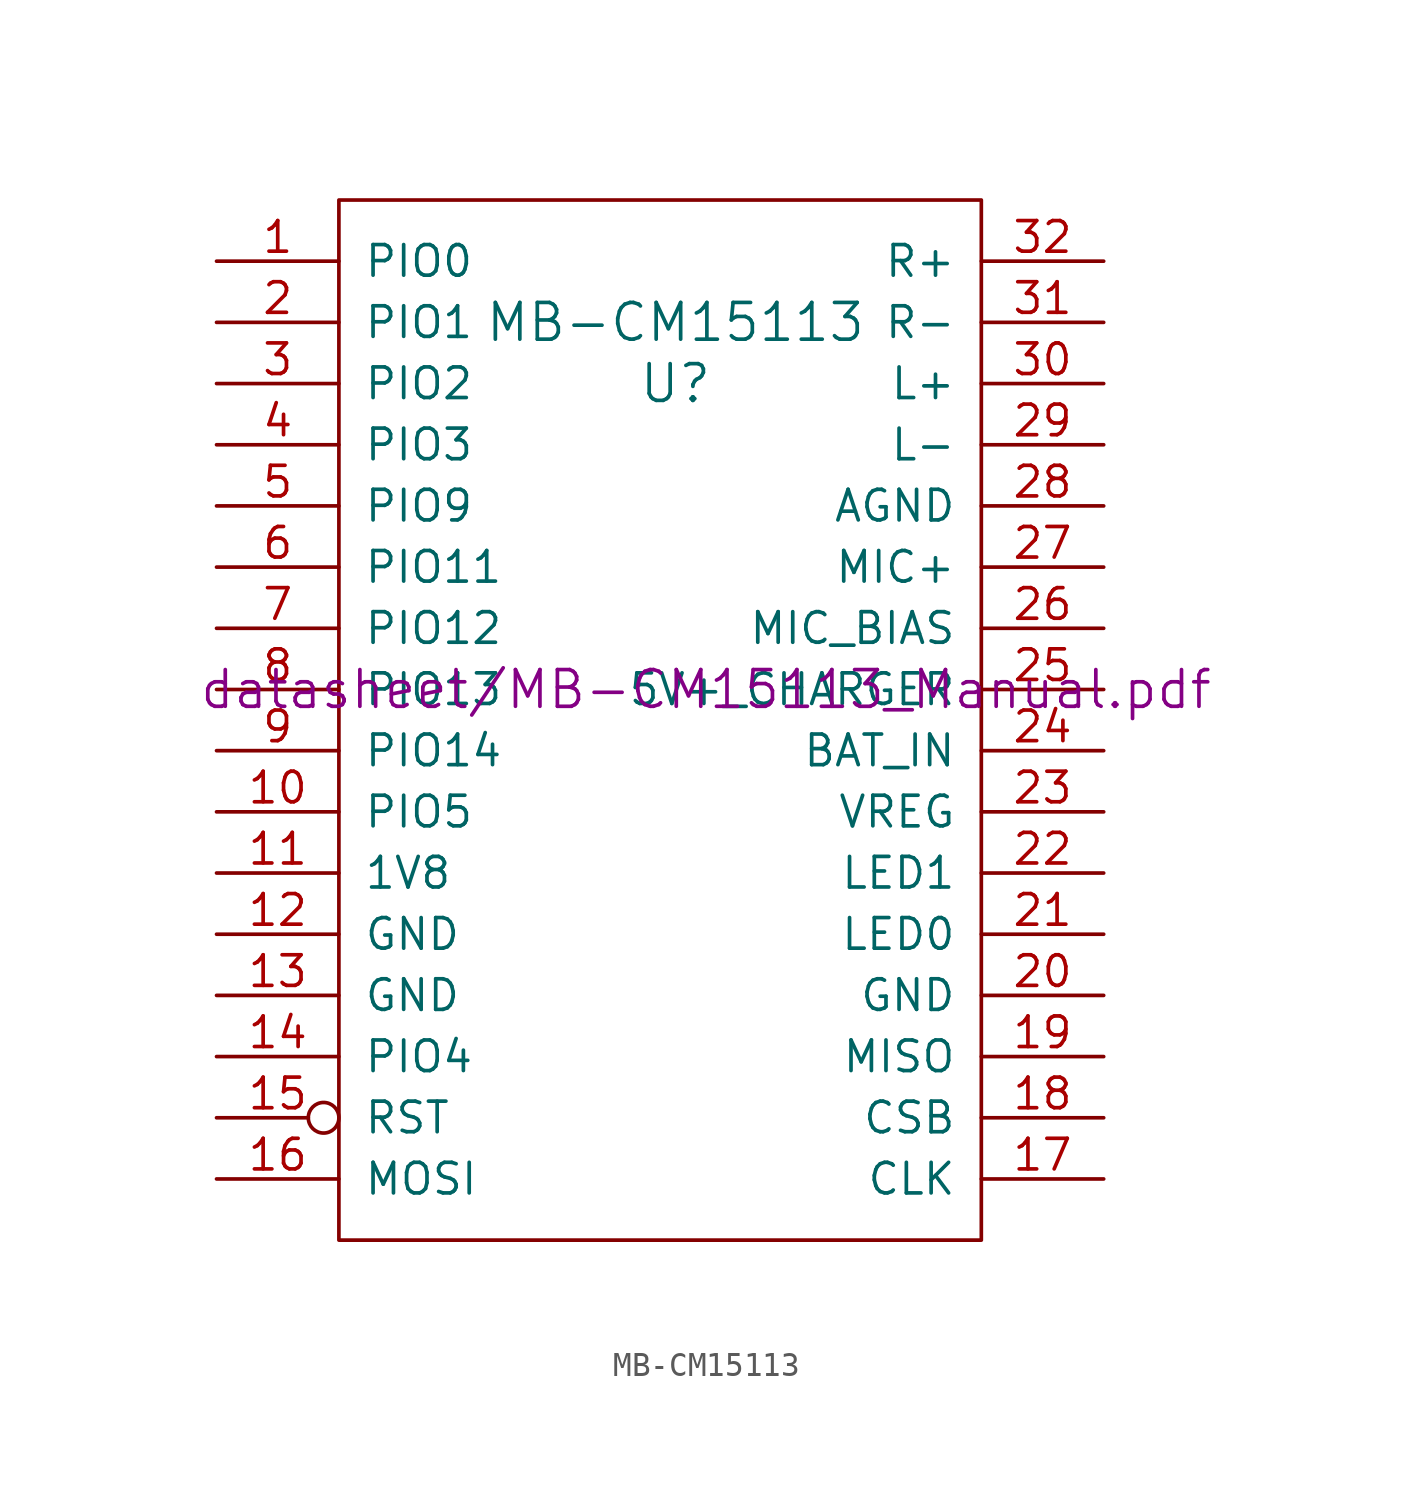
<source format=kicad_sym>
(kicad_symbol_lib
  (version 20211014)
  (generator kicad_symbol_editor)
  (symbol "MB-CM15113"
    (pin_names
      (offset 1.016))
    (property "Reference" "U"
      (at 0 12.7 0)
      (effects (font (size 1.524 1.524))))
    (property "Value" "MB-CM15113"
      (at 0 15.24 0)
      (effects (font (size 1.524 1.524))))
    (property "Footprint" ""
      (at 1.27 0 0)
      (effects (font (size 1.524 1.524))))
    (property "Datasheet" "datasheet/MB-CM15113_Manual.pdf"
      (at 1.27 0 0)
      (effects (font (size 1.524 1.524))))
    (symbol "MB-CM15113_0_1"
      (rectangle (start -13.97 20.32) (end 12.7 -22.86) (stroke (width 0) (type default) (color 0 0 0 0)) (fill (type none))))
    (symbol "MB-CM15113_1_1"
      (pin input line (at -19.05 17.78 0) (length 5.08) (name "PIO0" (effects (font (size 1.27 1.27)))) (number "1" (effects (font (size 1.27 1.27)))))
      (pin input line (at -19.05 -5.08 0) (length 5.08) (name "PIO5" (effects (font (size 1.27 1.27)))) (number "10" (effects (font (size 1.27 1.27)))))
      (pin input line (at -19.05 -7.62 0) (length 5.08) (name "1V8" (effects (font (size 1.27 1.27)))) (number "11" (effects (font (size 1.27 1.27)))))
      (pin input line (at -19.05 -10.16 0) (length 5.08) (name "GND" (effects (font (size 1.27 1.27)))) (number "12" (effects (font (size 1.27 1.27)))))
      (pin input line (at -19.05 -12.7 0) (length 5.08) (name "GND" (effects (font (size 1.27 1.27)))) (number "13" (effects (font (size 1.27 1.27)))))
      (pin input line (at -19.05 -15.24 0) (length 5.08) (name "PIO4" (effects (font (size 1.27 1.27)))) (number "14" (effects (font (size 1.27 1.27)))))
      (pin input inverted (at -19.05 -17.78 0) (length 5.08) (name "RST" (effects (font (size 1.27 1.27)))) (number "15" (effects (font (size 1.27 1.27)))))
      (pin output line (at -19.05 -20.32 0) (length 5.08) (name "MOSI" (effects (font (size 1.27 1.27)))) (number "16" (effects (font (size 1.27 1.27)))))
      (pin output line (at 17.78 -20.32 180) (length 5.08) (name "CLK" (effects (font (size 1.27 1.27)))) (number "17" (effects (font (size 1.27 1.27)))))
      (pin bidirectional line (at 17.78 -17.78 180) (length 5.08) (name "CSB" (effects (font (size 1.27 1.27)))) (number "18" (effects (font (size 1.27 1.27)))))
      (pin input line (at 17.78 -15.24 180) (length 5.08) (name "MISO" (effects (font (size 1.27 1.27)))) (number "19" (effects (font (size 1.27 1.27)))))
      (pin input line (at -19.05 15.24 0) (length 5.08) (name "PIO1" (effects (font (size 1.27 1.27)))) (number "2" (effects (font (size 1.27 1.27)))))
      (pin input line (at 17.78 -12.7 180) (length 5.08) (name "GND" (effects (font (size 1.27 1.27)))) (number "20" (effects (font (size 1.27 1.27)))))
      (pin output line (at 17.78 -10.16 180) (length 5.08) (name "LED0" (effects (font (size 1.27 1.27)))) (number "21" (effects (font (size 1.27 1.27)))))
      (pin output line (at 17.78 -7.62 180) (length 5.08) (name "LED1" (effects (font (size 1.27 1.27)))) (number "22" (effects (font (size 1.27 1.27)))))
      (pin input line (at 17.78 -5.08 180) (length 5.08) (name "VREG" (effects (font (size 1.27 1.27)))) (number "23" (effects (font (size 1.27 1.27)))))
      (pin power_in line (at 17.78 -2.54 180) (length 5.08) (name "BAT_IN" (effects (font (size 1.27 1.27)))) (number "24" (effects (font (size 1.27 1.27)))))
      (pin input line (at 17.78 0 180) (length 5.08) (name "5V+_CHARGER" (effects (font (size 1.27 1.27)))) (number "25" (effects (font (size 1.27 1.27)))))
      (pin input line (at 17.78 2.54 180) (length 5.08) (name "MIC_BIAS" (effects (font (size 1.27 1.27)))) (number "26" (effects (font (size 1.27 1.27)))))
      (pin input line (at 17.78 5.08 180) (length 5.08) (name "MIC+" (effects (font (size 1.27 1.27)))) (number "27" (effects (font (size 1.27 1.27)))))
      (pin input line (at 17.78 7.62 180) (length 5.08) (name "AGND" (effects (font (size 1.27 1.27)))) (number "28" (effects (font (size 1.27 1.27)))))
      (pin output line (at 17.78 10.16 180) (length 5.08) (name "L-" (effects (font (size 1.27 1.27)))) (number "29" (effects (font (size 1.27 1.27)))))
      (pin input line (at -19.05 12.7 0) (length 5.08) (name "PIO2" (effects (font (size 1.27 1.27)))) (number "3" (effects (font (size 1.27 1.27)))))
      (pin output line (at 17.78 12.7 180) (length 5.08) (name "L+" (effects (font (size 1.27 1.27)))) (number "30" (effects (font (size 1.27 1.27)))))
      (pin output line (at 17.78 15.24 180) (length 5.08) (name "R-" (effects (font (size 1.27 1.27)))) (number "31" (effects (font (size 1.27 1.27)))))
      (pin output line (at 17.78 17.78 180) (length 5.08) (name "R+" (effects (font (size 1.27 1.27)))) (number "32" (effects (font (size 1.27 1.27)))))
      (pin input line (at -19.05 10.16 0) (length 5.08) (name "PIO3" (effects (font (size 1.27 1.27)))) (number "4" (effects (font (size 1.27 1.27)))))
      (pin input line (at -19.05 7.62 0) (length 5.08) (name "PIO9" (effects (font (size 1.27 1.27)))) (number "5" (effects (font (size 1.27 1.27)))))
      (pin input line (at -19.05 5.08 0) (length 5.08) (name "PIO11" (effects (font (size 1.27 1.27)))) (number "6" (effects (font (size 1.27 1.27)))))
      (pin input line (at -19.05 2.54 0) (length 5.08) (name "PIO12" (effects (font (size 1.27 1.27)))) (number "7" (effects (font (size 1.27 1.27)))))
      (pin input line (at -19.05 0 0) (length 5.08) (name "PIO13" (effects (font (size 1.27 1.27)))) (number "8" (effects (font (size 1.27 1.27)))))
      (pin input line (at -19.05 -2.54 0) (length 5.08) (name "PIO14" (effects (font (size 1.27 1.27)))) (number "9" (effects (font (size 1.27 1.27))))))))
</source>
